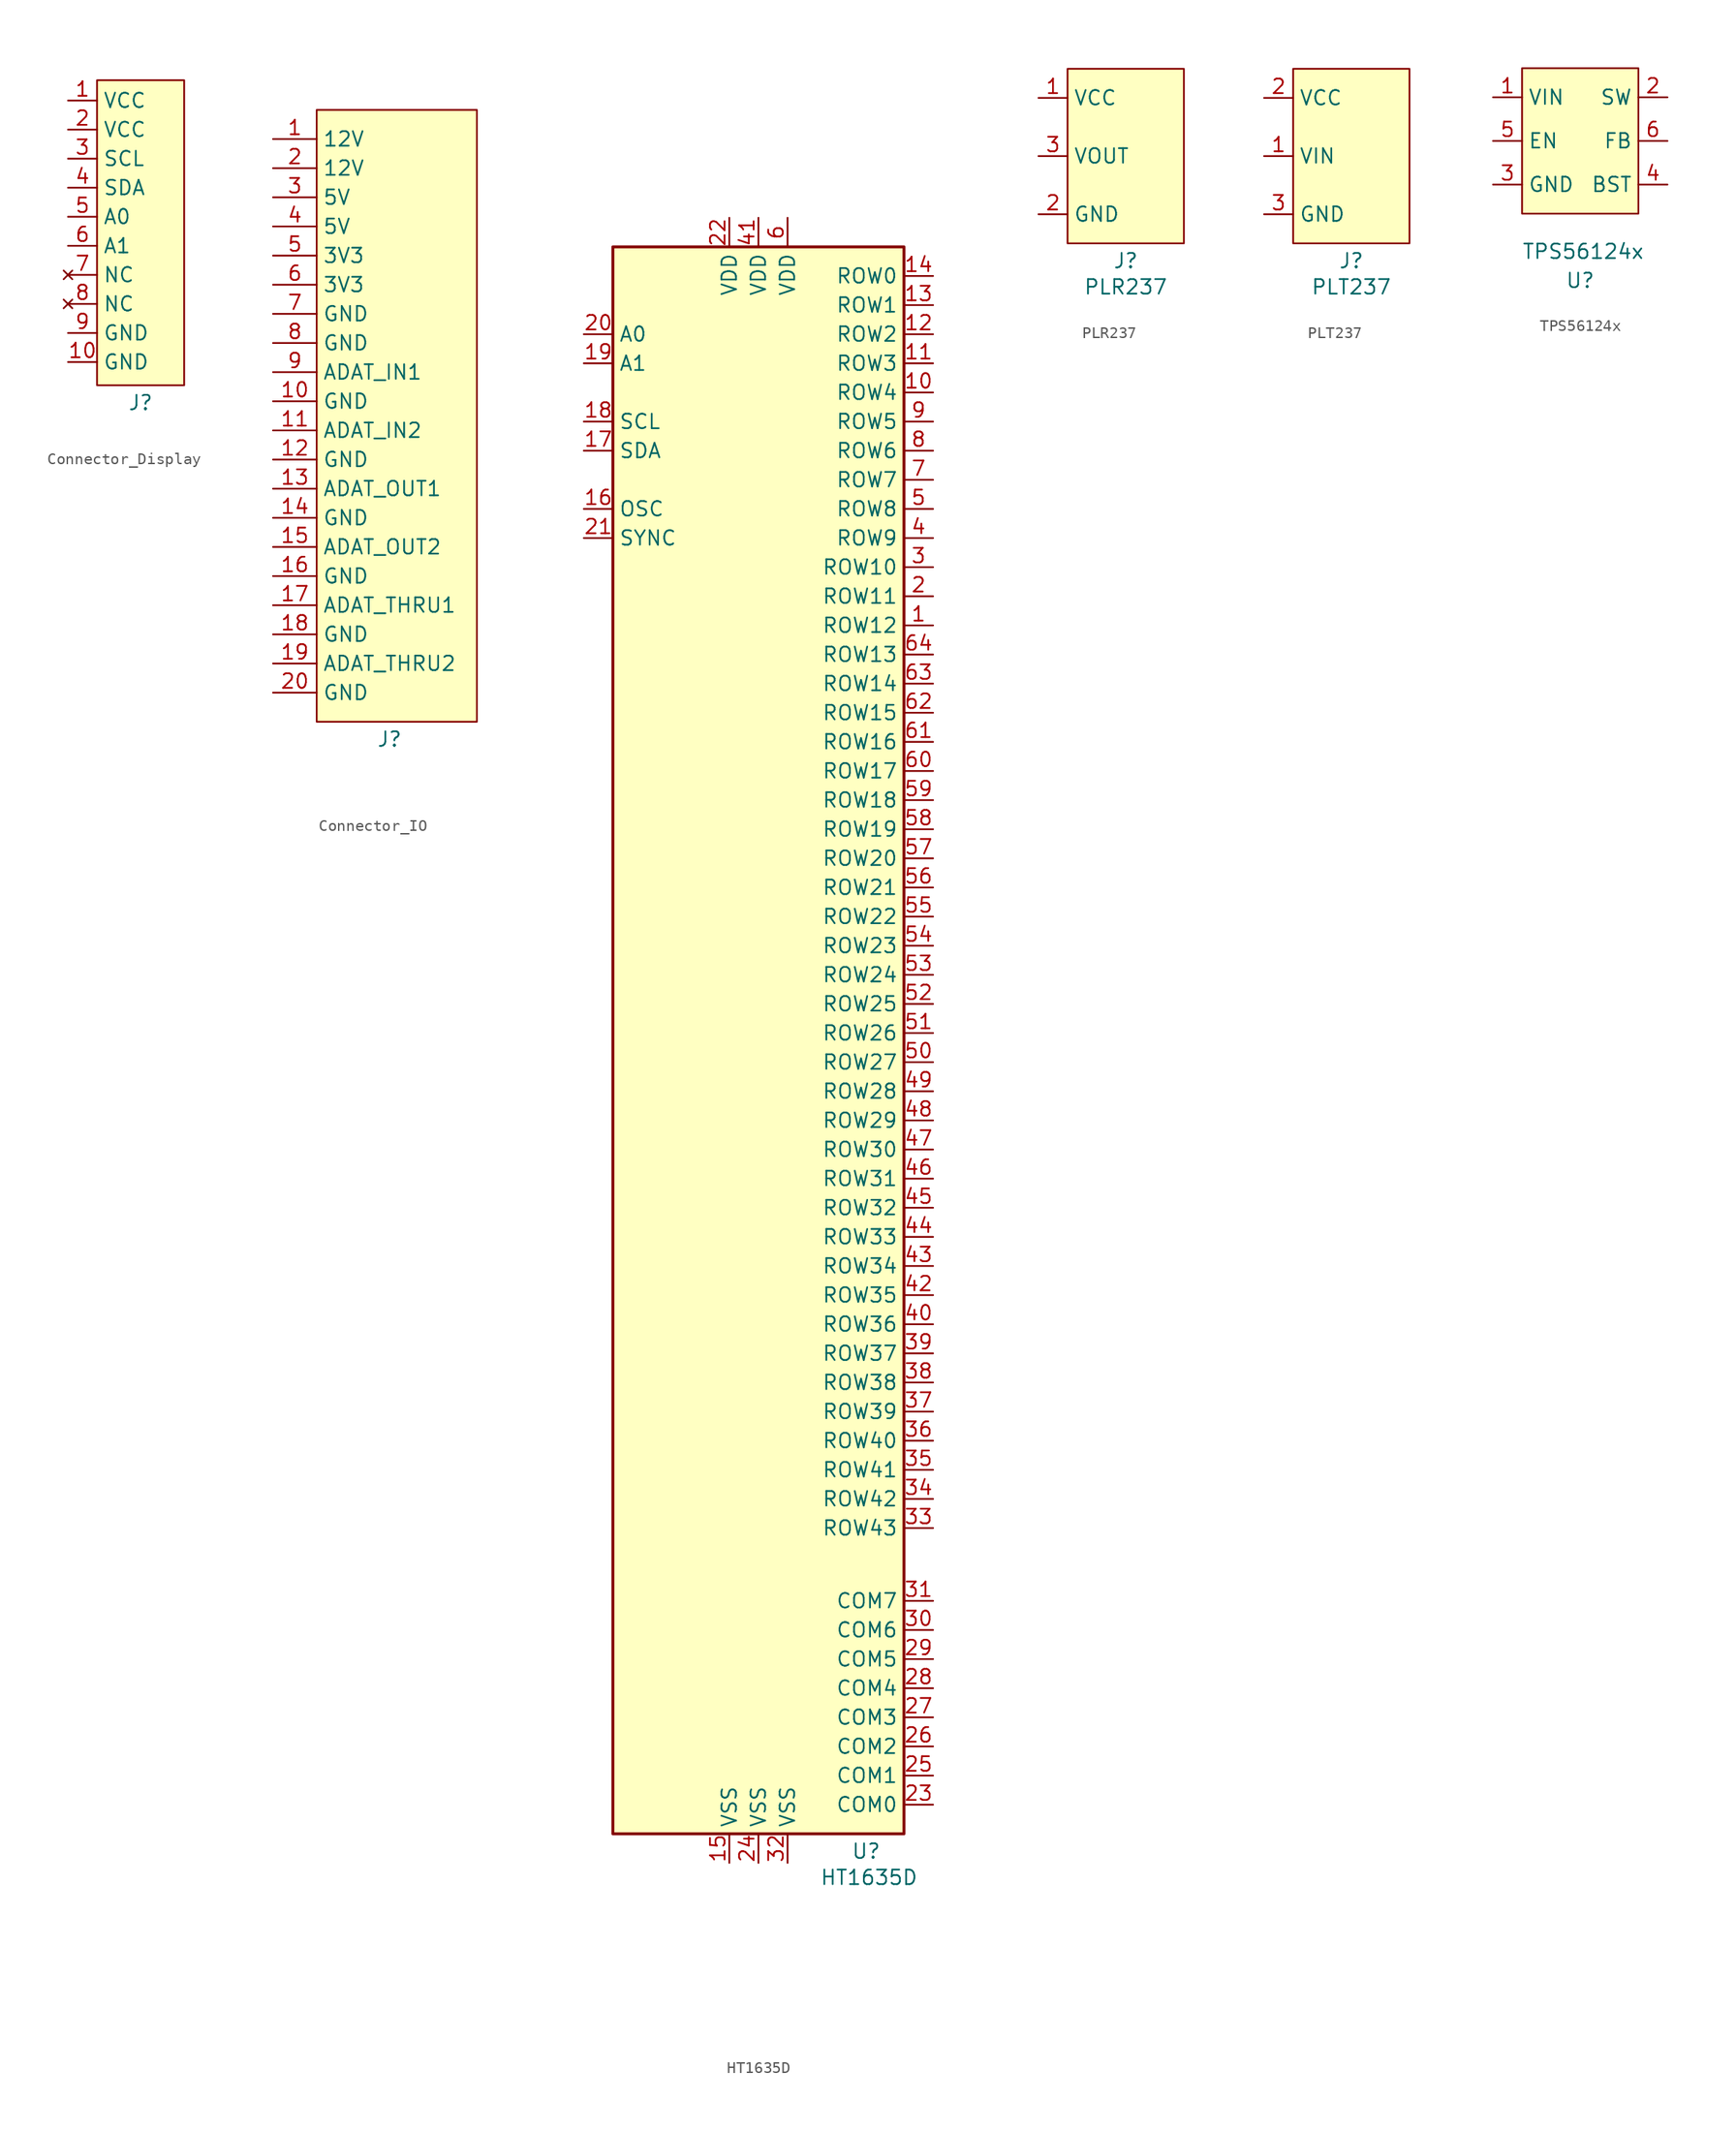
<source format=kicad_sym>
(kicad_symbol_lib
  (version 20241209)
  (generator "kicad_symbol_editor")
  (generator_version "9.0")
  (symbol "Connector_Display"
    (property "Reference" "J"
      (at 0 -12.446 0)
      (do_not_autoplace)
      (effects (font (size 1.27 1.27))))
    (property "Value" ""
      (at 0 0 0)
      (effects (font (size 1.27 1.27))))
    (symbol "Connector_Display_1_1"
      (rectangle (start -3.81 15.748) (end 3.81 -10.922) (stroke (width 0) (type solid)) (fill (type background)))
      (pin power_in line (at -6.35 13.97 0) (length 2.54) (name "VCC" (effects (font (size 1.27 1.27)))) (number "1" (effects (font (size 1.27 1.27)))))
      (pin power_in line (at -6.35 11.43 0) (length 2.54) (name "VCC" (effects (font (size 1.27 1.27)))) (number "2" (effects (font (size 1.27 1.27)))))
      (pin bidirectional line (at -6.35 8.89 0) (length 2.54) (name "SCL" (effects (font (size 1.27 1.27)))) (number "3" (effects (font (size 1.27 1.27)))))
      (pin bidirectional line (at -6.35 6.35 0) (length 2.54) (name "SDA" (effects (font (size 1.27 1.27)))) (number "4" (effects (font (size 1.27 1.27)))))
      (pin bidirectional line (at -6.35 3.81 0) (length 2.54) (name "A0" (effects (font (size 1.27 1.27)))) (number "5" (effects (font (size 1.27 1.27)))))
      (pin bidirectional line (at -6.35 1.27 0) (length 2.54) (name "A1" (effects (font (size 1.27 1.27)))) (number "6" (effects (font (size 1.27 1.27)))))
      (pin no_connect line (at -6.35 -1.27 0) (length 2.54) (name "NC" (effects (font (size 1.27 1.27)))) (number "7" (effects (font (size 1.27 1.27)))))
      (pin no_connect line (at -6.35 -3.81 0) (length 2.54) (name "NC" (effects (font (size 1.27 1.27)))) (number "8" (effects (font (size 1.27 1.27)))))
      (pin power_in line (at -6.35 -6.35 0) (length 2.54) (name "GND" (effects (font (size 1.27 1.27)))) (number "9" (effects (font (size 1.27 1.27)))))
      (pin power_in line (at -6.35 -8.89 0) (length 2.54) (name "GND" (effects (font (size 1.27 1.27)))) (number "10" (effects (font (size 1.27 1.27)))))))
  (symbol "Connector_IO"
    (property "Reference" "J"
      (at 0 -28.194 0)
      (effects (font (size 1.27 1.27))))
    (property "Value" ""
      (at 0 0 0)
      (effects (font (size 1.27 1.27))))
    (symbol "Connector_IO_1_1"
      (rectangle (start -6.35 26.67) (end 7.62 -26.67) (stroke (width 0) (type solid)) (fill (type background)))
      (pin power_in line (at -10.16 24.13 0) (length 3.81) (name "12V" (effects (font (size 1.27 1.27)))) (number "1" (effects (font (size 1.27 1.27)))))
      (pin power_in line (at -10.16 21.59 0) (length 3.81) (name "12V" (effects (font (size 1.27 1.27)))) (number "2" (effects (font (size 1.27 1.27)))))
      (pin power_in line (at -10.16 19.05 0) (length 3.81) (name "5V" (effects (font (size 1.27 1.27)))) (number "3" (effects (font (size 1.27 1.27)))))
      (pin power_in line (at -10.16 16.51 0) (length 3.81) (name "5V" (effects (font (size 1.27 1.27)))) (number "4" (effects (font (size 1.27 1.27)))))
      (pin power_in line (at -10.16 13.97 0) (length 3.81) (name "3V3" (effects (font (size 1.27 1.27)))) (number "5" (effects (font (size 1.27 1.27)))))
      (pin power_in line (at -10.16 11.43 0) (length 3.81) (name "3V3" (effects (font (size 1.27 1.27)))) (number "6" (effects (font (size 1.27 1.27)))))
      (pin power_in line (at -10.16 8.89 0) (length 3.81) (name "GND" (effects (font (size 1.27 1.27)))) (number "7" (effects (font (size 1.27 1.27)))))
      (pin power_in line (at -10.16 6.35 0) (length 3.81) (name "GND" (effects (font (size 1.27 1.27)))) (number "8" (effects (font (size 1.27 1.27)))))
      (pin bidirectional line (at -10.16 3.81 0) (length 3.81) (name "ADAT_IN1" (effects (font (size 1.27 1.27)))) (number "9" (effects (font (size 1.27 1.27)))))
      (pin power_in line (at -10.16 1.27 0) (length 3.81) (name "GND" (effects (font (size 1.27 1.27)))) (number "10" (effects (font (size 1.27 1.27)))))
      (pin bidirectional line (at -10.16 -1.27 0) (length 3.81) (name "ADAT_IN2" (effects (font (size 1.27 1.27)))) (number "11" (effects (font (size 1.27 1.27)))))
      (pin power_in line (at -10.16 -3.81 0) (length 3.81) (name "GND" (effects (font (size 1.27 1.27)))) (number "12" (effects (font (size 1.27 1.27)))))
      (pin bidirectional line (at -10.16 -6.35 0) (length 3.81) (name "ADAT_OUT1" (effects (font (size 1.27 1.27)))) (number "13" (effects (font (size 1.27 1.27)))))
      (pin power_in line (at -10.16 -8.89 0) (length 3.81) (name "GND" (effects (font (size 1.27 1.27)))) (number "14" (effects (font (size 1.27 1.27)))))
      (pin bidirectional line (at -10.16 -11.43 0) (length 3.81) (name "ADAT_OUT2" (effects (font (size 1.27 1.27)))) (number "15" (effects (font (size 1.27 1.27)))))
      (pin power_in line (at -10.16 -13.97 0) (length 3.81) (name "GND" (effects (font (size 1.27 1.27)))) (number "16" (effects (font (size 1.27 1.27)))))
      (pin bidirectional line (at -10.16 -16.51 0) (length 3.81) (name "ADAT_THRU1" (effects (font (size 1.27 1.27)))) (number "17" (effects (font (size 1.27 1.27)))))
      (pin power_in line (at -10.16 -19.05 0) (length 3.81) (name "GND" (effects (font (size 1.27 1.27)))) (number "18" (effects (font (size 1.27 1.27)))))
      (pin bidirectional line (at -10.16 -21.59 0) (length 3.81) (name "ADAT_THRU2" (effects (font (size 1.27 1.27)))) (number "19" (effects (font (size 1.27 1.27)))))
      (pin power_in line (at -10.16 -24.13 0) (length 3.81) (name "GND" (effects (font (size 1.27 1.27)))) (number "20" (effects (font (size 1.27 1.27)))))))
  (symbol "HT1635D"
    (property "Reference" "U"
      (at 9.398 -70.104 0)
      (effects (font (size 1.27 1.27))))
    (property "Value" "HT1635D"
      (at 9.652 -72.39 0)
      (effects (font (size 1.27 1.27))))
    (symbol "HT1635D_0_0"
      (pin input line (at -15.24 62.23 0) (length 2.54) (name "A0" (effects (font (size 1.27 1.27)))) (number "20" (effects (font (size 1.27 1.27)))))
      (pin input line (at -15.24 59.69 0) (length 2.54) (name "A1" (effects (font (size 1.27 1.27)))) (number "19" (effects (font (size 1.27 1.27)))))
      (pin input line (at -15.24 54.61 0) (length 2.54) (name "SCL" (effects (font (size 1.27 1.27)))) (number "18" (effects (font (size 1.27 1.27)))))
      (pin bidirectional line (at -15.24 52.07 0) (length 2.54) (name "SDA" (effects (font (size 1.27 1.27)))) (number "17" (effects (font (size 1.27 1.27)))))
      (pin power_in line (at -2.54 -71.12 90) (length 2.54) (name "VSS" (effects (font (size 1.27 1.27)))) (number "15" (effects (font (size 1.27 1.27)))))
      (pin power_in line (at 0 72.39 270) (length 2.54) (name "VDD" (effects (font (size 1.27 1.27)))) (number "41" (effects (font (size 1.27 1.27)))))
      (pin power_in line (at 0 -71.12 90) (length 2.54) (name "VSS" (effects (font (size 1.27 1.27)))) (number "24" (effects (font (size 1.27 1.27)))))
      (pin power_in line (at 2.54 72.39 270) (length 2.54) (name "VDD" (effects (font (size 1.27 1.27)))) (number "6" (effects (font (size 1.27 1.27)))))
      (pin power_in line (at 2.54 -71.12 90) (length 2.54) (name "VSS" (effects (font (size 1.27 1.27)))) (number "32" (effects (font (size 1.27 1.27)))))
      (pin output line (at 15.24 67.31 180) (length 2.54) (name "ROW0" (effects (font (size 1.27 1.27)))) (number "14" (effects (font (size 1.27 1.27)))))
      (pin output line (at 15.24 64.77 180) (length 2.54) (name "ROW1" (effects (font (size 1.27 1.27)))) (number "13" (effects (font (size 1.27 1.27)))))
      (pin output line (at 15.24 62.23 180) (length 2.54) (name "ROW2" (effects (font (size 1.27 1.27)))) (number "12" (effects (font (size 1.27 1.27)))))
      (pin output line (at 15.24 59.69 180) (length 2.54) (name "ROW3" (effects (font (size 1.27 1.27)))) (number "11" (effects (font (size 1.27 1.27)))))
      (pin output line (at 15.24 57.15 180) (length 2.54) (name "ROW4" (effects (font (size 1.27 1.27)))) (number "10" (effects (font (size 1.27 1.27)))))
      (pin output line (at 15.24 54.61 180) (length 2.54) (name "ROW5" (effects (font (size 1.27 1.27)))) (number "9" (effects (font (size 1.27 1.27)))))
      (pin output line (at 15.24 52.07 180) (length 2.54) (name "ROW6" (effects (font (size 1.27 1.27)))) (number "8" (effects (font (size 1.27 1.27)))))
      (pin output line (at 15.24 49.53 180) (length 2.54) (name "ROW7" (effects (font (size 1.27 1.27)))) (number "7" (effects (font (size 1.27 1.27)))))
      (pin output line (at 15.24 46.99 180) (length 2.54) (name "ROW8" (effects (font (size 1.27 1.27)))) (number "5" (effects (font (size 1.27 1.27)))))
      (pin output line (at 15.24 44.45 180) (length 2.54) (name "ROW9" (effects (font (size 1.27 1.27)))) (number "4" (effects (font (size 1.27 1.27)))))
      (pin output line (at 15.24 41.91 180) (length 2.54) (name "ROW10" (effects (font (size 1.27 1.27)))) (number "3" (effects (font (size 1.27 1.27)))))
      (pin output line (at 15.24 39.37 180) (length 2.54) (name "ROW11" (effects (font (size 1.27 1.27)))) (number "2" (effects (font (size 1.27 1.27)))))
      (pin output line (at 15.24 36.83 180) (length 2.54) (name "ROW12" (effects (font (size 1.27 1.27)))) (number "1" (effects (font (size 1.27 1.27)))))
      (pin output line (at 15.24 34.29 180) (length 2.54) (name "ROW13" (effects (font (size 1.27 1.27)))) (number "64" (effects (font (size 1.27 1.27)))))
      (pin output line (at 15.24 31.75 180) (length 2.54) (name "ROW14" (effects (font (size 1.27 1.27)))) (number "63" (effects (font (size 1.27 1.27)))))
      (pin output line (at 15.24 29.21 180) (length 2.54) (name "ROW15" (effects (font (size 1.27 1.27)))) (number "62" (effects (font (size 1.27 1.27)))))
      (pin output line (at 15.24 26.67 180) (length 2.54) (name "ROW16" (effects (font (size 1.27 1.27)))) (number "61" (effects (font (size 1.27 1.27)))))
      (pin output line (at 15.24 24.13 180) (length 2.54) (name "ROW17" (effects (font (size 1.27 1.27)))) (number "60" (effects (font (size 1.27 1.27)))))
      (pin output line (at 15.24 21.59 180) (length 2.54) (name "ROW18" (effects (font (size 1.27 1.27)))) (number "59" (effects (font (size 1.27 1.27)))))
      (pin output line (at 15.24 19.05 180) (length 2.54) (name "ROW19" (effects (font (size 1.27 1.27)))) (number "58" (effects (font (size 1.27 1.27)))))
      (pin output line (at 15.24 16.51 180) (length 2.54) (name "ROW20" (effects (font (size 1.27 1.27)))) (number "57" (effects (font (size 1.27 1.27)))))
      (pin output line (at 15.24 13.97 180) (length 2.54) (name "ROW21" (effects (font (size 1.27 1.27)))) (number "56" (effects (font (size 1.27 1.27)))))
      (pin output line (at 15.24 11.43 180) (length 2.54) (name "ROW22" (effects (font (size 1.27 1.27)))) (number "55" (effects (font (size 1.27 1.27)))))
      (pin output line (at 15.24 8.89 180) (length 2.54) (name "ROW23" (effects (font (size 1.27 1.27)))) (number "54" (effects (font (size 1.27 1.27)))))
      (pin output line (at 15.24 6.35 180) (length 2.54) (name "ROW24" (effects (font (size 1.27 1.27)))) (number "53" (effects (font (size 1.27 1.27)))))
      (pin output line (at 15.24 3.81 180) (length 2.54) (name "ROW25" (effects (font (size 1.27 1.27)))) (number "52" (effects (font (size 1.27 1.27)))))
      (pin output line (at 15.24 1.27 180) (length 2.54) (name "ROW26" (effects (font (size 1.27 1.27)))) (number "51" (effects (font (size 1.27 1.27)))))
      (pin output line (at 15.24 -1.27 180) (length 2.54) (name "ROW27" (effects (font (size 1.27 1.27)))) (number "50" (effects (font (size 1.27 1.27)))))
      (pin output line (at 15.24 -3.81 180) (length 2.54) (name "ROW28" (effects (font (size 1.27 1.27)))) (number "49" (effects (font (size 1.27 1.27)))))
      (pin output line (at 15.24 -6.35 180) (length 2.54) (name "ROW29" (effects (font (size 1.27 1.27)))) (number "48" (effects (font (size 1.27 1.27)))))
      (pin output line (at 15.24 -8.89 180) (length 2.54) (name "ROW30" (effects (font (size 1.27 1.27)))) (number "47" (effects (font (size 1.27 1.27)))))
      (pin output line (at 15.24 -11.43 180) (length 2.54) (name "ROW31" (effects (font (size 1.27 1.27)))) (number "46" (effects (font (size 1.27 1.27)))))
      (pin output line (at 15.24 -13.97 180) (length 2.54) (name "ROW32" (effects (font (size 1.27 1.27)))) (number "45" (effects (font (size 1.27 1.27)))))
      (pin output line (at 15.24 -16.51 180) (length 2.54) (name "ROW33" (effects (font (size 1.27 1.27)))) (number "44" (effects (font (size 1.27 1.27)))))
      (pin output line (at 15.24 -19.05 180) (length 2.54) (name "ROW34" (effects (font (size 1.27 1.27)))) (number "43" (effects (font (size 1.27 1.27)))))
      (pin output line (at 15.24 -21.59 180) (length 2.54) (name "ROW35" (effects (font (size 1.27 1.27)))) (number "42" (effects (font (size 1.27 1.27)))))
      (pin output line (at 15.24 -24.13 180) (length 2.54) (name "ROW36" (effects (font (size 1.27 1.27)))) (number "40" (effects (font (size 1.27 1.27)))))
      (pin output line (at 15.24 -26.67 180) (length 2.54) (name "ROW37" (effects (font (size 1.27 1.27)))) (number "39" (effects (font (size 1.27 1.27)))))
      (pin output line (at 15.24 -29.21 180) (length 2.54) (name "ROW38" (effects (font (size 1.27 1.27)))) (number "38" (effects (font (size 1.27 1.27)))))
      (pin output line (at 15.24 -31.75 180) (length 2.54) (name "ROW39" (effects (font (size 1.27 1.27)))) (number "37" (effects (font (size 1.27 1.27)))))
      (pin output line (at 15.24 -34.29 180) (length 2.54) (name "ROW40" (effects (font (size 1.27 1.27)))) (number "36" (effects (font (size 1.27 1.27)))))
      (pin output line (at 15.24 -36.83 180) (length 2.54) (name "ROW41" (effects (font (size 1.27 1.27)))) (number "35" (effects (font (size 1.27 1.27)))))
      (pin output line (at 15.24 -39.37 180) (length 2.54) (name "ROW42" (effects (font (size 1.27 1.27)))) (number "34" (effects (font (size 1.27 1.27)))))
      (pin output line (at 15.24 -41.91 180) (length 2.54) (name "ROW43" (effects (font (size 1.27 1.27)))) (number "33" (effects (font (size 1.27 1.27)))))
      (pin output line (at 15.24 -48.26 180) (length 2.54) (name "COM7" (effects (font (size 1.27 1.27)))) (number "31" (effects (font (size 1.27 1.27)))))
      (pin output line (at 15.24 -50.8 180) (length 2.54) (name "COM6" (effects (font (size 1.27 1.27)))) (number "30" (effects (font (size 1.27 1.27)))))
      (pin output line (at 15.24 -53.34 180) (length 2.54) (name "COM5" (effects (font (size 1.27 1.27)))) (number "29" (effects (font (size 1.27 1.27)))))
      (pin output line (at 15.24 -55.88 180) (length 2.54) (name "COM4" (effects (font (size 1.27 1.27)))) (number "28" (effects (font (size 1.27 1.27)))))
      (pin output line (at 15.24 -58.42 180) (length 2.54) (name "COM3" (effects (font (size 1.27 1.27)))) (number "27" (effects (font (size 1.27 1.27)))))
      (pin output line (at 15.24 -60.96 180) (length 2.54) (name "COM2" (effects (font (size 1.27 1.27)))) (number "26" (effects (font (size 1.27 1.27)))))
      (pin output line (at 15.24 -63.5 180) (length 2.54) (name "COM1" (effects (font (size 1.27 1.27)))) (number "25" (effects (font (size 1.27 1.27)))))
      (pin output line (at 15.24 -66.04 180) (length 2.54) (name "COM0" (effects (font (size 1.27 1.27)))) (number "23" (effects (font (size 1.27 1.27))))))
    (symbol "HT1635D_0_1"
      (rectangle (start -12.7 69.85) (end 12.7 -68.58) (stroke (width 0.254) (type default)) (fill (type background))))
    (symbol "HT1635D_1_0"
      (pin output line (at -15.24 46.99 0) (length 2.54) (name "OSC" (effects (font (size 1.27 1.27)))) (number "16" (effects (font (size 1.27 1.27)))))
      (pin bidirectional line (at -15.24 44.45 0) (length 2.54) (name "SYNC" (effects (font (size 1.27 1.27)))) (number "21" (effects (font (size 1.27 1.27)))))
      (pin power_in line (at -2.54 72.39 270) (length 2.54) (name "VDD" (effects (font (size 1.27 1.27)))) (number "22" (effects (font (size 1.27 1.27)))))))
  (symbol "PLR237"
    (property "Reference" "J"
      (at 0 -4.064 0)
      (do_not_autoplace)
      (effects (font (size 1.27 1.27))))
    (property "Value" "PLR237"
      (at 0 -6.35 0)
      (do_not_autoplace)
      (effects (font (size 1.27 1.27))))
    (symbol "PLR237_1_1"
      (rectangle (start -5.08 12.7) (end 5.08 -2.54) (stroke (width 0) (type solid)) (fill (type background)))
      (pin power_in line (at -7.62 10.16 0) (length 2.54) (name "VCC" (effects (font (size 1.27 1.27)))) (number "1" (effects (font (size 1.27 1.27)))))
      (pin output line (at -7.62 5.08 0) (length 2.54) (name "VOUT" (effects (font (size 1.27 1.27)))) (number "3" (effects (font (size 1.27 1.27)))))
      (pin power_in line (at -7.62 0 0) (length 2.54) (name "GND" (effects (font (size 1.27 1.27)))) (number "2" (effects (font (size 1.27 1.27)))))))
  (symbol "PLT237"
    (property "Reference" "J"
      (at 0 -4.064 0)
      (do_not_autoplace)
      (effects (font (size 1.27 1.27))))
    (property "Value" "PLT237"
      (at 0 -6.35 0)
      (do_not_autoplace)
      (effects (font (size 1.27 1.27))))
    (symbol "PLT237_1_1"
      (rectangle (start -5.08 12.7) (end 5.08 -2.54) (stroke (width 0) (type solid)) (fill (type background)))
      (pin power_in line (at -7.62 10.16 0) (length 2.54) (name "VCC" (effects (font (size 1.27 1.27)))) (number "2" (effects (font (size 1.27 1.27)))))
      (pin input line (at -7.62 5.08 0) (length 2.54) (name "VIN" (effects (font (size 1.27 1.27)))) (number "1" (effects (font (size 1.27 1.27)))))
      (pin power_in line (at -7.62 0 0) (length 2.54) (name "GND" (effects (font (size 1.27 1.27)))) (number "3" (effects (font (size 1.27 1.27)))))))
  (symbol "TPS56124x"
    (property "Reference" "U"
      (at 0 -12.192 0)
      (effects (font (size 1.27 1.27))))
    (property "Value" "TPS56124x"
      (at 0.254 -9.652 0)
      (effects (font (size 1.27 1.27))))
    (symbol "TPS56124x_1_1"
      (rectangle (start -5.08 6.35) (end 5.08 -6.35) (stroke (width 0) (type solid)) (fill (type background)))
      (pin power_in line (at -7.62 3.81 0) (length 2.54) (name "VIN" (effects (font (size 1.27 1.27)))) (number "1" (effects (font (size 1.27 1.27)))))
      (pin input line (at -7.62 0 0) (length 2.54) (name "EN" (effects (font (size 1.27 1.27)))) (number "5" (effects (font (size 1.27 1.27)))))
      (pin power_in line (at -7.62 -3.81 0) (length 2.54) (name "GND" (effects (font (size 1.27 1.27)))) (number "3" (effects (font (size 1.27 1.27)))))
      (pin power_out line (at 7.62 3.81 180) (length 2.54) (name "SW" (effects (font (size 1.27 1.27)))) (number "2" (effects (font (size 1.27 1.27)))))
      (pin input line (at 7.62 0 180) (length 2.54) (name "FB" (effects (font (size 1.27 1.27)))) (number "6" (effects (font (size 1.27 1.27)))))
      (pin input line (at 7.62 -3.81 180) (length 2.54) (name "BST" (effects (font (size 1.27 1.27)))) (number "4" (effects (font (size 1.27 1.27))))))))
</source>
